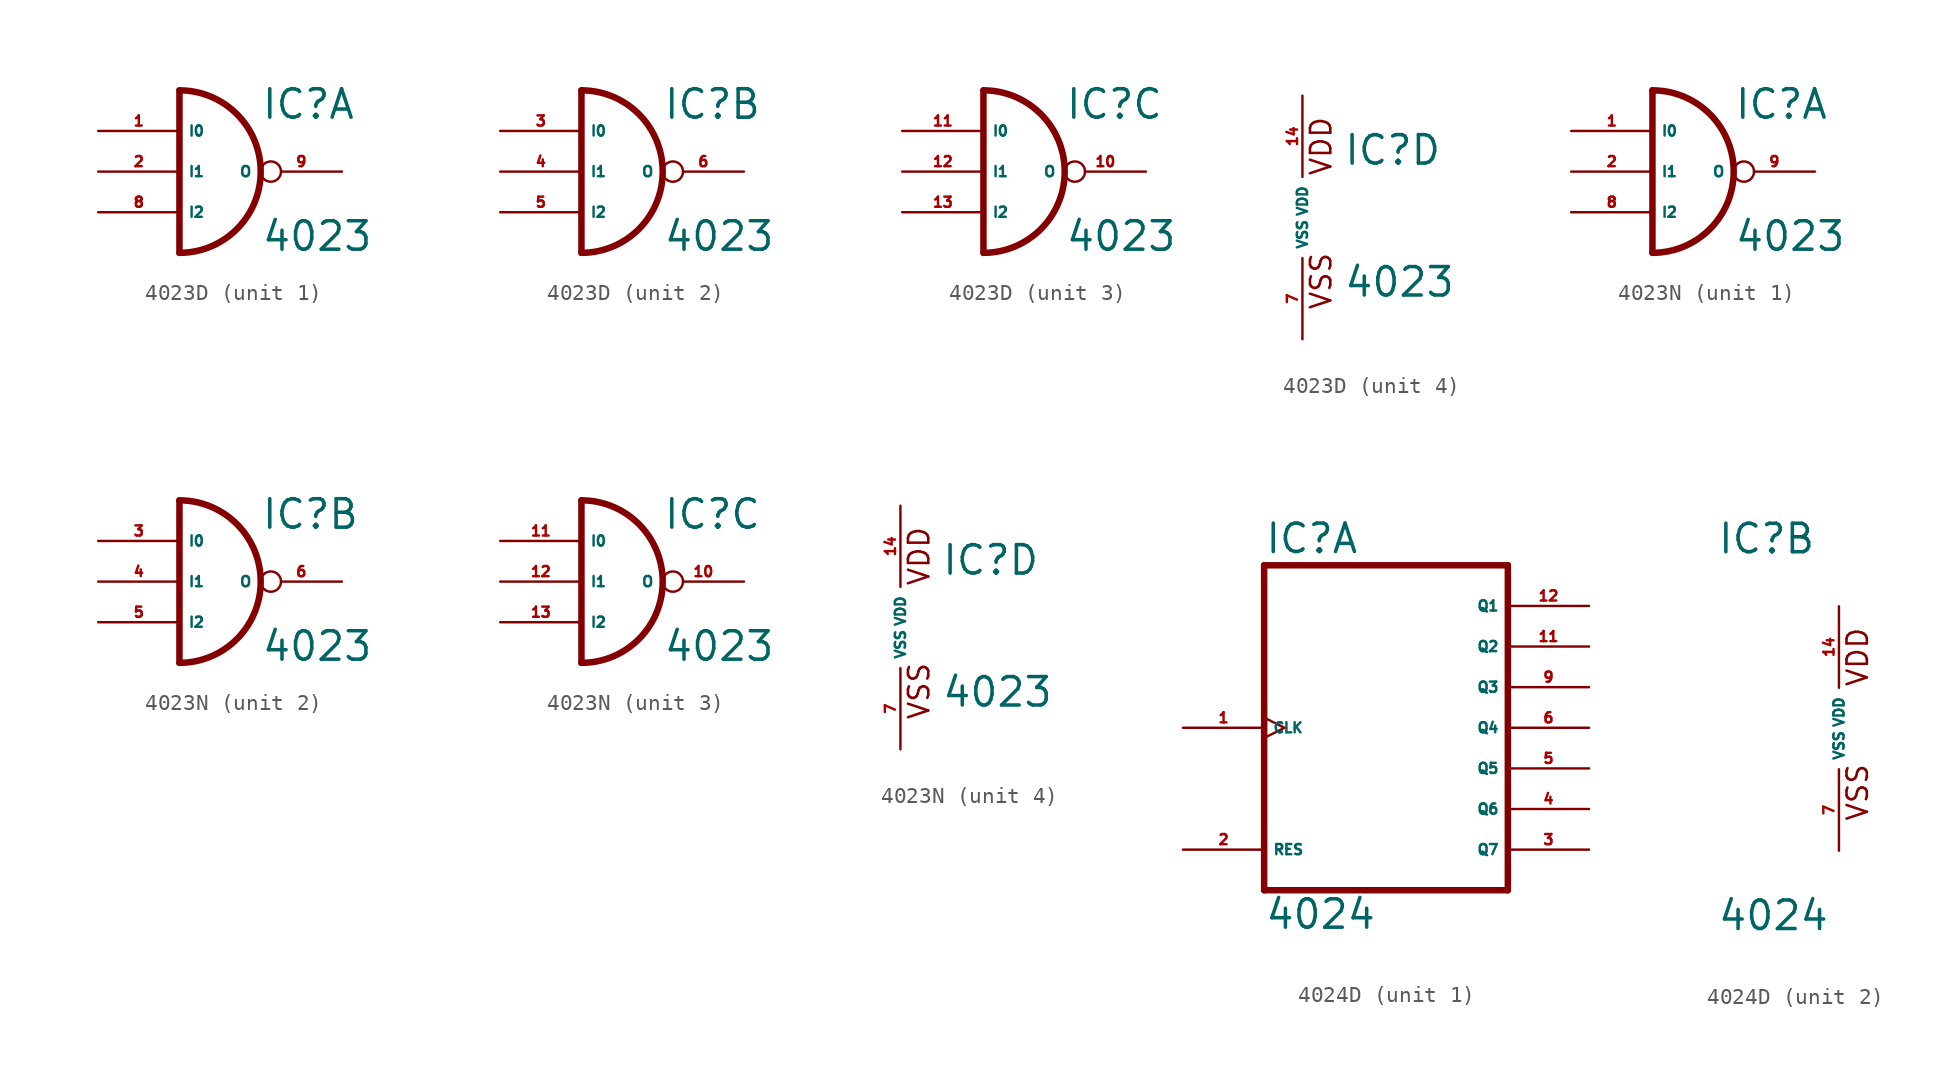
<source format=kicad_sym>
(kicad_symbol_lib
  (version 20220914)
  (generator Eagle2Kicad)
  (symbol "4023D"
    (property "Reference" "IC"
      (at 2.54 3.175 0)
      (effects (font (size 1.778 1.778) (thickness 0.22)) (justify left bottom)))
    (property "Value" "4023"
      (at 2.54 -5.08 0)
      (effects (font (size 1.778 1.778) (thickness 0.22)) (justify left bottom)))
    (symbol "4023D_1_0"
      (arc (start -2.54 -5.08) (mid 2.540 0.000) (end -2.54 5.08) (stroke (width 0.4064) (type default)) (fill (type none)))
      (polyline (pts (xy -2.54 5.08) (xy -2.54 -5.08)) (stroke (width 0.406) (type default)) (fill (type none)))
      (pin input line (at -7.62 2.54 0) (length 5.08) (name "I0" (effects (font (size 0.635 0.635) (thickness 0.08)) (justify left bottom))) (number "1" (effects (font (size 0.635 0.635) (thickness 0.08)) (justify left bottom))))
      (pin input line (at -7.62 0 0) (length 5.08) (name "I1" (effects (font (size 0.635 0.635) (thickness 0.08)) (justify left bottom))) (number "2" (effects (font (size 0.635 0.635) (thickness 0.08)) (justify left bottom))))
      (pin input line (at -7.62 -2.54 0) (length 5.08) (name "I2" (effects (font (size 0.635 0.635) (thickness 0.08)) (justify left bottom))) (number "8" (effects (font (size 0.635 0.635) (thickness 0.08)) (justify left bottom))))
      (pin output inverted (at 7.62 0 180) (length 5.08) (name "O" (effects (font (size 0.635 0.635) (thickness 0.08)) (justify left bottom))) (number "9" (effects (font (size 0.635 0.635) (thickness 0.08)) (justify left bottom)))))
    (symbol "4023D_2_0"
      (arc (start -2.54 -5.08) (mid 2.540 0.000) (end -2.54 5.08) (stroke (width 0.4064) (type default)) (fill (type none)))
      (polyline (pts (xy -2.54 5.08) (xy -2.54 -5.08)) (stroke (width 0.406) (type default)) (fill (type none)))
      (pin input line (at -7.62 2.54 0) (length 5.08) (name "I0" (effects (font (size 0.635 0.635) (thickness 0.08)) (justify left bottom))) (number "3" (effects (font (size 0.635 0.635) (thickness 0.08)) (justify left bottom))))
      (pin input line (at -7.62 0 0) (length 5.08) (name "I1" (effects (font (size 0.635 0.635) (thickness 0.08)) (justify left bottom))) (number "4" (effects (font (size 0.635 0.635) (thickness 0.08)) (justify left bottom))))
      (pin input line (at -7.62 -2.54 0) (length 5.08) (name "I2" (effects (font (size 0.635 0.635) (thickness 0.08)) (justify left bottom))) (number "5" (effects (font (size 0.635 0.635) (thickness 0.08)) (justify left bottom))))
      (pin output inverted (at 7.62 0 180) (length 5.08) (name "O" (effects (font (size 0.635 0.635) (thickness 0.08)) (justify left bottom))) (number "6" (effects (font (size 0.635 0.635) (thickness 0.08)) (justify left bottom)))))
    (symbol "4023D_3_0"
      (arc (start -2.54 -5.08) (mid 2.540 0.000) (end -2.54 5.08) (stroke (width 0.4064) (type default)) (fill (type none)))
      (polyline (pts (xy -2.54 5.08) (xy -2.54 -5.08)) (stroke (width 0.406) (type default)) (fill (type none)))
      (pin input line (at -7.62 2.54 0) (length 5.08) (name "I0" (effects (font (size 0.635 0.635) (thickness 0.08)) (justify left bottom))) (number "11" (effects (font (size 0.635 0.635) (thickness 0.08)) (justify left bottom))))
      (pin input line (at -7.62 0 0) (length 5.08) (name "I1" (effects (font (size 0.635 0.635) (thickness 0.08)) (justify left bottom))) (number "12" (effects (font (size 0.635 0.635) (thickness 0.08)) (justify left bottom))))
      (pin input line (at -7.62 -2.54 0) (length 5.08) (name "I2" (effects (font (size 0.635 0.635) (thickness 0.08)) (justify left bottom))) (number "13" (effects (font (size 0.635 0.635) (thickness 0.08)) (justify left bottom))))
      (pin output inverted (at 7.62 0 180) (length 5.08) (name "O" (effects (font (size 0.635 0.635) (thickness 0.08)) (justify left bottom))) (number "10" (effects (font (size 0.635 0.635) (thickness 0.08)) (justify left bottom)))))
    (symbol "4023D_4_0"
      (text "VDD" (at 1.905 2.54 900) (effects (font (size 1.27 1.27) (thickness 0.16)) (justify left bottom)))
      (text "VSS" (at 1.905 -5.842 900) (effects (font (size 1.27 1.27) (thickness 0.16)) (justify left bottom)))
      (pin unspecified line (at 0 -7.62 90) (length 5.08) (name "VSS" (effects (font (size 0.635 0.635) (thickness 0.08)) (justify left bottom))) (number "7" (effects (font (size 0.635 0.635) (thickness 0.08)) (justify left bottom))))
      (pin unspecified line (at 0 7.62 270) (length 5.08) (name "VDD" (effects (font (size 0.635 0.635) (thickness 0.08)) (justify left bottom))) (number "14" (effects (font (size 0.635 0.635) (thickness 0.08)) (justify left bottom))))))
  (symbol "4023N"
    (property "Reference" "IC"
      (at 2.54 3.175 0)
      (effects (font (size 1.778 1.778) (thickness 0.22)) (justify left bottom)))
    (property "Value" "4023"
      (at 2.54 -5.08 0)
      (effects (font (size 1.778 1.778) (thickness 0.22)) (justify left bottom)))
    (symbol "4023N_1_0"
      (arc (start -2.54 -5.08) (mid 2.540 0.000) (end -2.54 5.08) (stroke (width 0.4064) (type default)) (fill (type none)))
      (polyline (pts (xy -2.54 5.08) (xy -2.54 -5.08)) (stroke (width 0.406) (type default)) (fill (type none)))
      (pin input line (at -7.62 2.54 0) (length 5.08) (name "I0" (effects (font (size 0.635 0.635) (thickness 0.08)) (justify left bottom))) (number "1" (effects (font (size 0.635 0.635) (thickness 0.08)) (justify left bottom))))
      (pin input line (at -7.62 0 0) (length 5.08) (name "I1" (effects (font (size 0.635 0.635) (thickness 0.08)) (justify left bottom))) (number "2" (effects (font (size 0.635 0.635) (thickness 0.08)) (justify left bottom))))
      (pin input line (at -7.62 -2.54 0) (length 5.08) (name "I2" (effects (font (size 0.635 0.635) (thickness 0.08)) (justify left bottom))) (number "8" (effects (font (size 0.635 0.635) (thickness 0.08)) (justify left bottom))))
      (pin output inverted (at 7.62 0 180) (length 5.08) (name "O" (effects (font (size 0.635 0.635) (thickness 0.08)) (justify left bottom))) (number "9" (effects (font (size 0.635 0.635) (thickness 0.08)) (justify left bottom)))))
    (symbol "4023N_2_0"
      (arc (start -2.54 -5.08) (mid 2.540 0.000) (end -2.54 5.08) (stroke (width 0.4064) (type default)) (fill (type none)))
      (polyline (pts (xy -2.54 5.08) (xy -2.54 -5.08)) (stroke (width 0.406) (type default)) (fill (type none)))
      (pin input line (at -7.62 2.54 0) (length 5.08) (name "I0" (effects (font (size 0.635 0.635) (thickness 0.08)) (justify left bottom))) (number "3" (effects (font (size 0.635 0.635) (thickness 0.08)) (justify left bottom))))
      (pin input line (at -7.62 0 0) (length 5.08) (name "I1" (effects (font (size 0.635 0.635) (thickness 0.08)) (justify left bottom))) (number "4" (effects (font (size 0.635 0.635) (thickness 0.08)) (justify left bottom))))
      (pin input line (at -7.62 -2.54 0) (length 5.08) (name "I2" (effects (font (size 0.635 0.635) (thickness 0.08)) (justify left bottom))) (number "5" (effects (font (size 0.635 0.635) (thickness 0.08)) (justify left bottom))))
      (pin output inverted (at 7.62 0 180) (length 5.08) (name "O" (effects (font (size 0.635 0.635) (thickness 0.08)) (justify left bottom))) (number "6" (effects (font (size 0.635 0.635) (thickness 0.08)) (justify left bottom)))))
    (symbol "4023N_3_0"
      (arc (start -2.54 -5.08) (mid 2.540 0.000) (end -2.54 5.08) (stroke (width 0.4064) (type default)) (fill (type none)))
      (polyline (pts (xy -2.54 5.08) (xy -2.54 -5.08)) (stroke (width 0.406) (type default)) (fill (type none)))
      (pin input line (at -7.62 2.54 0) (length 5.08) (name "I0" (effects (font (size 0.635 0.635) (thickness 0.08)) (justify left bottom))) (number "11" (effects (font (size 0.635 0.635) (thickness 0.08)) (justify left bottom))))
      (pin input line (at -7.62 0 0) (length 5.08) (name "I1" (effects (font (size 0.635 0.635) (thickness 0.08)) (justify left bottom))) (number "12" (effects (font (size 0.635 0.635) (thickness 0.08)) (justify left bottom))))
      (pin input line (at -7.62 -2.54 0) (length 5.08) (name "I2" (effects (font (size 0.635 0.635) (thickness 0.08)) (justify left bottom))) (number "13" (effects (font (size 0.635 0.635) (thickness 0.08)) (justify left bottom))))
      (pin output inverted (at 7.62 0 180) (length 5.08) (name "O" (effects (font (size 0.635 0.635) (thickness 0.08)) (justify left bottom))) (number "10" (effects (font (size 0.635 0.635) (thickness 0.08)) (justify left bottom)))))
    (symbol "4023N_4_0"
      (text "VDD" (at 1.905 2.54 900) (effects (font (size 1.27 1.27) (thickness 0.16)) (justify left bottom)))
      (text "VSS" (at 1.905 -5.842 900) (effects (font (size 1.27 1.27) (thickness 0.16)) (justify left bottom)))
      (pin unspecified line (at 0 -7.62 90) (length 5.08) (name "VSS" (effects (font (size 0.635 0.635) (thickness 0.08)) (justify left bottom))) (number "7" (effects (font (size 0.635 0.635) (thickness 0.08)) (justify left bottom))))
      (pin unspecified line (at 0 7.62 270) (length 5.08) (name "VDD" (effects (font (size 0.635 0.635) (thickness 0.08)) (justify left bottom))) (number "14" (effects (font (size 0.635 0.635) (thickness 0.08)) (justify left bottom))))))
  (symbol "4024D"
    (property "Reference" "IC"
      (at -7.62 10.795 0)
      (effects (font (size 1.778 1.778) (thickness 0.22)) (justify left bottom)))
    (property "Value" "4024"
      (at -7.62 -12.7 0)
      (effects (font (size 1.778 1.778) (thickness 0.22)) (justify left bottom)))
    (symbol "4024D_1_0"
      (polyline (pts (xy -7.62 -10.16) (xy 7.62 -10.16)) (stroke (width 0.406) (type default)) (fill (type none)))
      (polyline (pts (xy 7.62 -10.16) (xy 7.62 10.16)) (stroke (width 0.406) (type default)) (fill (type none)))
      (polyline (pts (xy 7.62 10.16) (xy -7.62 10.16)) (stroke (width 0.406) (type default)) (fill (type none)))
      (polyline (pts (xy -7.62 10.16) (xy -7.62 -10.16)) (stroke (width 0.406) (type default)) (fill (type none)))
      (pin input clock (at -12.7 0 0) (length 5.08) (name "CLK" (effects (font (size 0.635 0.635) (thickness 0.08)) (justify left bottom))) (number "1" (effects (font (size 0.635 0.635) (thickness 0.08)) (justify left bottom))))
      (pin input line (at -12.7 -7.62 0) (length 5.08) (name "RES" (effects (font (size 0.635 0.635) (thickness 0.08)) (justify left bottom))) (number "2" (effects (font (size 0.635 0.635) (thickness 0.08)) (justify left bottom))))
      (pin output line (at 12.7 -7.62 180) (length 5.08) (name "Q7" (effects (font (size 0.635 0.635) (thickness 0.08)) (justify left bottom))) (number "3" (effects (font (size 0.635 0.635) (thickness 0.08)) (justify left bottom))))
      (pin output line (at 12.7 -5.08 180) (length 5.08) (name "Q6" (effects (font (size 0.635 0.635) (thickness 0.08)) (justify left bottom))) (number "4" (effects (font (size 0.635 0.635) (thickness 0.08)) (justify left bottom))))
      (pin output line (at 12.7 -2.54 180) (length 5.08) (name "Q5" (effects (font (size 0.635 0.635) (thickness 0.08)) (justify left bottom))) (number "5" (effects (font (size 0.635 0.635) (thickness 0.08)) (justify left bottom))))
      (pin output line (at 12.7 0 180) (length 5.08) (name "Q4" (effects (font (size 0.635 0.635) (thickness 0.08)) (justify left bottom))) (number "6" (effects (font (size 0.635 0.635) (thickness 0.08)) (justify left bottom))))
      (pin output line (at 12.7 2.54 180) (length 5.08) (name "Q3" (effects (font (size 0.635 0.635) (thickness 0.08)) (justify left bottom))) (number "9" (effects (font (size 0.635 0.635) (thickness 0.08)) (justify left bottom))))
      (pin output line (at 12.7 5.08 180) (length 5.08) (name "Q2" (effects (font (size 0.635 0.635) (thickness 0.08)) (justify left bottom))) (number "11" (effects (font (size 0.635 0.635) (thickness 0.08)) (justify left bottom))))
      (pin output line (at 12.7 7.62 180) (length 5.08) (name "Q1" (effects (font (size 0.635 0.635) (thickness 0.08)) (justify left bottom))) (number "12" (effects (font (size 0.635 0.635) (thickness 0.08)) (justify left bottom)))))
    (symbol "4024D_2_0"
      (text "VDD" (at 1.905 2.54 900) (effects (font (size 1.27 1.27) (thickness 0.16)) (justify left bottom)))
      (text "VSS" (at 1.905 -5.842 900) (effects (font (size 1.27 1.27) (thickness 0.16)) (justify left bottom)))
      (pin unspecified line (at 0 -7.62 90) (length 5.08) (name "VSS" (effects (font (size 0.635 0.635) (thickness 0.08)) (justify left bottom))) (number "7" (effects (font (size 0.635 0.635) (thickness 0.08)) (justify left bottom))))
      (pin unspecified line (at 0 7.62 270) (length 5.08) (name "VDD" (effects (font (size 0.635 0.635) (thickness 0.08)) (justify left bottom))) (number "14" (effects (font (size 0.635 0.635) (thickness 0.08)) (justify left bottom)))))))
</source>
